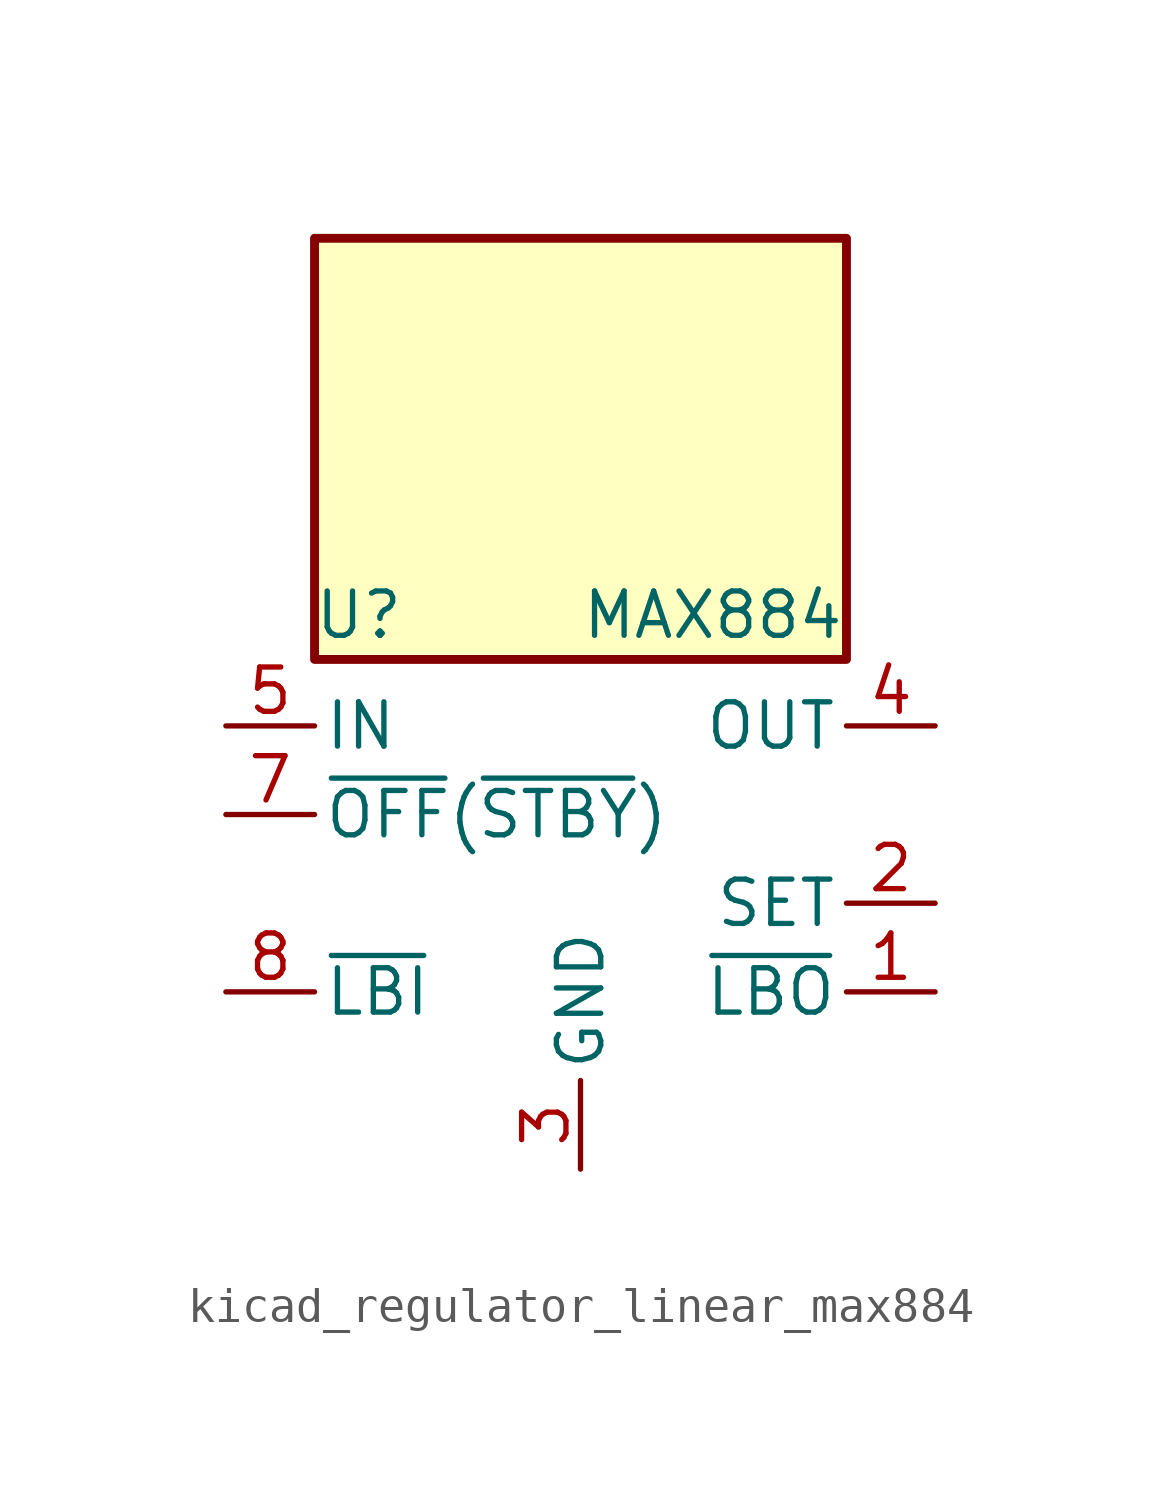
<source format=kicad_sym>
(kicad_symbol_lib
  (version 20220914)
  (generator kicad_symbol_editor)
  (symbol "kicad_regulator_linear_max884"
    (pin_names
      (offset 0.254))
    (property "Reference" "U"
      (at -6.35 8.255 0)
      (effects (font (size 1.27 1.27))))
    (property "Value" "MAX884"
      (at 0 8.255 0)
      (effects (font (size 1.27 1.27)) (justify left)))
    (symbol "kicad_regulator_linear_max884_0_1"
      (rectangle (start 7.62 19.05) (end -7.62 6.985) (stroke (width 0.254) (type default)) (fill (type background))))
    (symbol "kicad_regulator_linear_max884_1_1"
      (pin open_collector line (at 10.16 -2.54 180) (length 2.54) (name "~{LBO}" (effects (font (size 1.27 1.27)))) (number "1" (effects (font (size 1.27 1.27)))))
      (pin passive line (at 10.16 0 180) (length 2.54) (name "SET" (effects (font (size 1.27 1.27)))) (number "2" (effects (font (size 1.27 1.27)))))
      (pin power_in line (at 0 -7.62 90) (length 2.54) (name "GND" (effects (font (size 1.27 1.27)))) (number "3" (effects (font (size 1.27 1.27)))))
      (pin power_out line (at 10.16 5.08 180) (length 2.54) (name "OUT" (effects (font (size 1.27 1.27)))) (number "4" (effects (font (size 1.27 1.27)))))
      (pin power_in line (at -10.16 5.08 0) (length 2.54) (name "IN" (effects (font (size 1.27 1.27)))) (number "5" (effects (font (size 1.27 1.27)))))
      (pin passive line (at 0 -7.62 90) (length 2.54) hide (name "GND" (effects (font (size 1.27 1.27)))) (number "6" (effects (font (size 1.27 1.27)))))
      (pin input line (at -10.16 2.54 0) (length 2.54) (name "~{OFF}(~{STBY})" (effects (font (size 1.27 1.27)))) (number "7" (effects (font (size 1.27 1.27)))))
      (pin input line (at -10.16 -2.54 0) (length 2.54) (name "~{LBI}" (effects (font (size 1.27 1.27)))) (number "8" (effects (font (size 1.27 1.27))))))))
</source>
